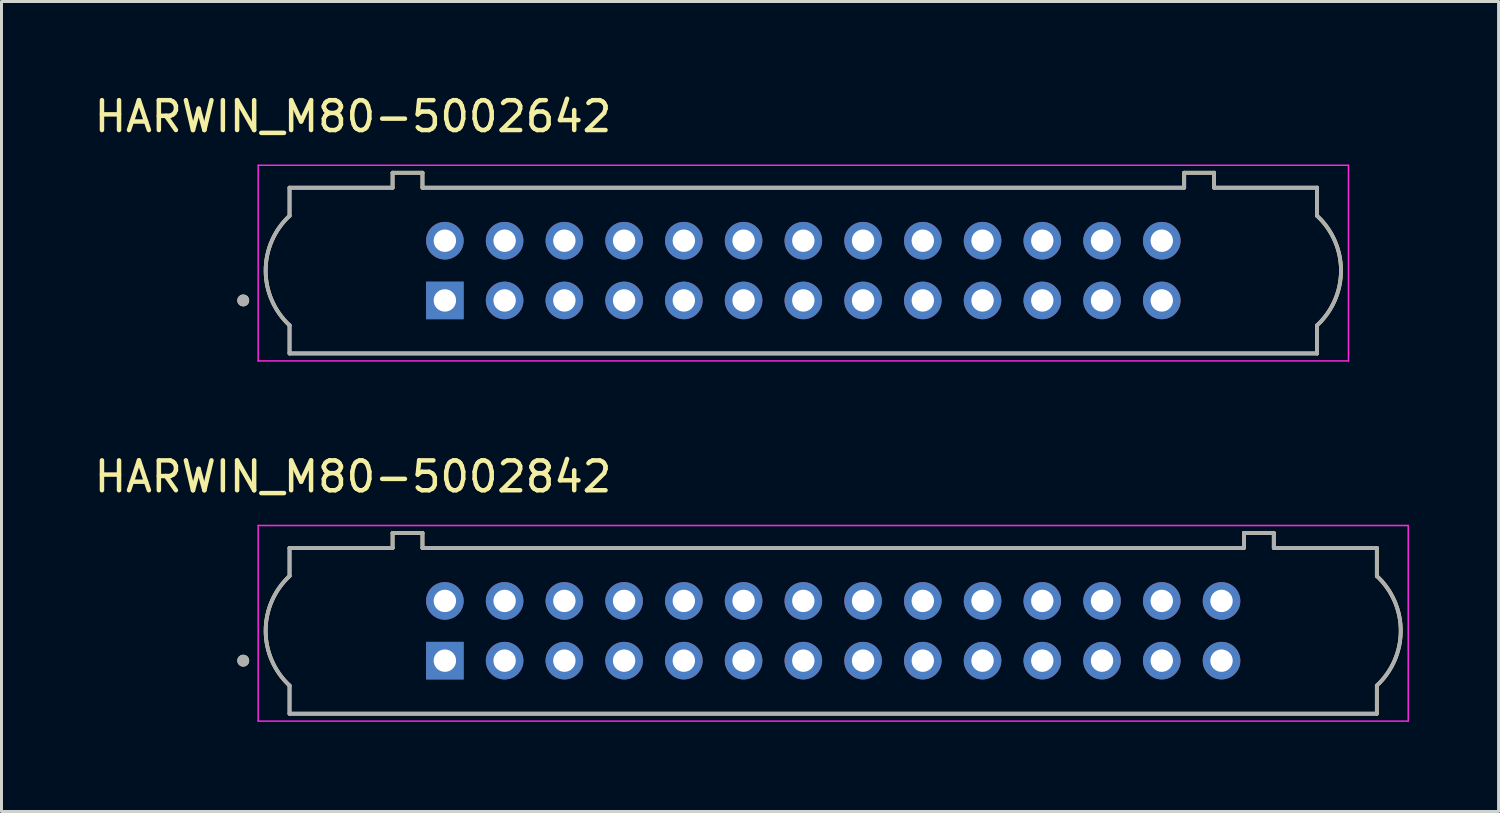
<source format=kicad_pcb>
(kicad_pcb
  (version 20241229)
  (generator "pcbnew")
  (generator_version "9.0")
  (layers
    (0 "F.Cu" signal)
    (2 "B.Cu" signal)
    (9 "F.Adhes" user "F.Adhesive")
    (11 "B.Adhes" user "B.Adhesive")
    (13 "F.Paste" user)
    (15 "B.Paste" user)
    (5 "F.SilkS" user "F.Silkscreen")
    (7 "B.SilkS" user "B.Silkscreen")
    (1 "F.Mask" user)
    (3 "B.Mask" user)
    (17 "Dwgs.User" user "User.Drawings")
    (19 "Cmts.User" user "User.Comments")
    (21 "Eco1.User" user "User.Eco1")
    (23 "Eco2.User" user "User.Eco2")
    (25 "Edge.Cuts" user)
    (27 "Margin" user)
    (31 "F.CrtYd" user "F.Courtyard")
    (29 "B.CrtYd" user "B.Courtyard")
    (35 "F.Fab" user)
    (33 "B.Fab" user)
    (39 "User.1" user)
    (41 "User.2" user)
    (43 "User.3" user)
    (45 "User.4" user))
  (footprint "HARWIN_M80-5002842"
    (layer "F.Cu")
    (at 24.843 18.067)
    (property "Reference" "HARWIN_M80-5002842" (at -16.075 -5.16 0) (layer "F.SilkS") (effects (font (size 1 1) (thickness 0.15))))
    (attr through_hole)
    (fp_line (start -18.2 -2.775) (end -14.75 -2.775) (stroke (width 0.127) (type solid)) (layer "F.SilkS"))
    (fp_line (start -18.2 -1.833) (end -18.2 -2.775) (stroke (width 0.127) (type solid)) (layer "F.SilkS"))
    (fp_line (start -18.2 2.775) (end -18.2 1.833) (stroke (width 0.127) (type solid)) (layer "F.SilkS"))
    (fp_line (start -14.75 -3.275) (end -13.75 -3.275) (stroke (width 0.127) (type solid)) (layer "F.SilkS"))
    (fp_line (start -14.75 -2.775) (end -14.75 -3.275) (stroke (width 0.127) (type solid)) (layer "F.SilkS"))
    (fp_line (start -13.75 -3.275) (end -13.75 -2.775) (stroke (width 0.127) (type solid)) (layer "F.SilkS"))
    (fp_line (start -13.75 -2.775) (end 13.75 -2.775) (stroke (width 0.127) (type solid)) (layer "F.SilkS"))
    (fp_line (start 13.75 -3.275) (end 14.75 -3.275) (stroke (width 0.127) (type solid)) (layer "F.SilkS"))
    (fp_line (start 13.75 -2.775) (end 13.75 -3.275) (stroke (width 0.127) (type solid)) (layer "F.SilkS"))
    (fp_line (start 14.75 -3.275) (end 14.75 -2.775) (stroke (width 0.127) (type solid)) (layer "F.SilkS"))
    (fp_line (start 14.75 -2.775) (end 18.2 -2.775) (stroke (width 0.127) (type solid)) (layer "F.SilkS"))
    (fp_line (start 18.2 -2.775) (end 18.2 -1.833) (stroke (width 0.127) (type solid)) (layer "F.SilkS"))
    (fp_line (start 18.2 1.833) (end 18.2 2.775) (stroke (width 0.127) (type solid)) (layer "F.SilkS"))
    (fp_line (start 18.2 2.775) (end -18.2 2.775) (stroke (width 0.127) (type solid)) (layer "F.SilkS"))
    (fp_arc (start -18.2 1.83303) (mid -18.999974 0) (end -18.200001 -1.83303) (stroke (width 0.127) (type solid)) (layer "F.SilkS"))
    (fp_arc (start 18.2 -1.83303) (mid 18.999974 0) (end 18.200001 1.83303) (stroke (width 0.127) (type solid)) (layer "F.SilkS"))
    (fp_circle (center -19.75 1) (end -19.65 1) (stroke (width 0.2) (type solid)) (fill no) (layer "F.SilkS"))
    (fp_line (start -19.25 -3.525) (end -19.25 3.025) (stroke (width 0.05) (type solid)) (layer "F.CrtYd"))
    (fp_line (start -19.25 3.025) (end 19.25 3.025) (stroke (width 0.05) (type solid)) (layer "F.CrtYd"))
    (fp_line (start 19.25 -3.525) (end -19.25 -3.525) (stroke (width 0.05) (type solid)) (layer "F.CrtYd"))
    (fp_line (start 19.25 3.025) (end 19.25 -3.525) (stroke (width 0.05) (type solid)) (layer "F.CrtYd"))
    (fp_line (start -18.2 -2.775) (end -14.75 -2.775) (stroke (width 0.127) (type solid)) (layer "F.Fab"))
    (fp_line (start -18.2 -1.833) (end -18.2 -2.775) (stroke (width 0.127) (type solid)) (layer "F.Fab"))
    (fp_line (start -18.2 2.775) (end -18.2 1.833) (stroke (width 0.127) (type solid)) (layer "F.Fab"))
    (fp_line (start -14.75 -3.275) (end -13.75 -3.275) (stroke (width 0.127) (type solid)) (layer "F.Fab"))
    (fp_line (start -14.75 -2.775) (end -14.75 -3.275) (stroke (width 0.127) (type solid)) (layer "F.Fab"))
    (fp_line (start -13.75 -3.275) (end -13.75 -2.775) (stroke (width 0.127) (type solid)) (layer "F.Fab"))
    (fp_line (start -13.75 -2.775) (end 13.75 -2.775) (stroke (width 0.127) (type solid)) (layer "F.Fab"))
    (fp_line (start 13.75 -3.275) (end 14.75 -3.275) (stroke (width 0.127) (type solid)) (layer "F.Fab"))
    (fp_line (start 13.75 -2.775) (end 13.75 -3.275) (stroke (width 0.127) (type solid)) (layer "F.Fab"))
    (fp_line (start 14.75 -3.275) (end 14.75 -2.775) (stroke (width 0.127) (type solid)) (layer "F.Fab"))
    (fp_line (start 14.75 -2.775) (end 18.2 -2.775) (stroke (width 0.127) (type solid)) (layer "F.Fab"))
    (fp_line (start 18.2 -2.775) (end 18.2 -1.833) (stroke (width 0.127) (type solid)) (layer "F.Fab"))
    (fp_line (start 18.2 1.833) (end 18.2 2.775) (stroke (width 0.127) (type solid)) (layer "F.Fab"))
    (fp_line (start 18.2 2.775) (end -18.2 2.775) (stroke (width 0.127) (type solid)) (layer "F.Fab"))
    (fp_arc (start -18.2 1.83303) (mid -18.999974 0) (end -18.200001 -1.83303) (stroke (width 0.127) (type solid)) (layer "F.Fab"))
    (fp_arc (start 18.2 -1.83303) (mid 18.999974 0) (end 18.200001 1.83303) (stroke (width 0.127) (type solid)) (layer "F.Fab"))
    (fp_circle (center -19.75 1) (end -19.65 1) (stroke (width 0.2) (type solid)) (fill no) (layer "F.Fab"))
    (pad "1" thru_hole rect (at -13 1) (size 1.258 1.258) (drill 0.75) (layers "*.Cu" "*.Mask"))
    (pad "2" thru_hole circle (at -11 1) (size 1.258 1.258) (drill 0.75) (layers "*.Cu" "*.Mask"))
    (pad "3" thru_hole circle (at -9 1) (size 1.258 1.258) (drill 0.75) (layers "*.Cu" "*.Mask"))
    (pad "4" thru_hole circle (at -7 1) (size 1.258 1.258) (drill 0.75) (layers "*.Cu" "*.Mask"))
    (pad "5" thru_hole circle (at -5 1) (size 1.258 1.258) (drill 0.75) (layers "*.Cu" "*.Mask"))
    (pad "6" thru_hole circle (at -3 1) (size 1.258 1.258) (drill 0.75) (layers "*.Cu" "*.Mask"))
    (pad "7" thru_hole circle (at -1 1) (size 1.258 1.258) (drill 0.75) (layers "*.Cu" "*.Mask"))
    (pad "8" thru_hole circle (at 1 1) (size 1.258 1.258) (drill 0.75) (layers "*.Cu" "*.Mask"))
    (pad "9" thru_hole circle (at 3 1) (size 1.258 1.258) (drill 0.75) (layers "*.Cu" "*.Mask"))
    (pad "10" thru_hole circle (at 5 1) (size 1.258 1.258) (drill 0.75) (layers "*.Cu" "*.Mask"))
    (pad "11" thru_hole circle (at 7 1) (size 1.258 1.258) (drill 0.75) (layers "*.Cu" "*.Mask"))
    (pad "12" thru_hole circle (at 9 1) (size 1.258 1.258) (drill 0.75) (layers "*.Cu" "*.Mask"))
    (pad "13" thru_hole circle (at 11 1) (size 1.258 1.258) (drill 0.75) (layers "*.Cu" "*.Mask"))
    (pad "14" thru_hole circle (at 13 1) (size 1.258 1.258) (drill 0.75) (layers "*.Cu" "*.Mask"))
    (pad "15" thru_hole circle (at -13 -1) (size 1.258 1.258) (drill 0.75) (layers "*.Cu" "*.Mask"))
    (pad "16" thru_hole circle (at -11 -1) (size 1.258 1.258) (drill 0.75) (layers "*.Cu" "*.Mask"))
    (pad "17" thru_hole circle (at -9 -1) (size 1.258 1.258) (drill 0.75) (layers "*.Cu" "*.Mask"))
    (pad "18" thru_hole circle (at -7 -1) (size 1.258 1.258) (drill 0.75) (layers "*.Cu" "*.Mask"))
    (pad "19" thru_hole circle (at -5 -1) (size 1.258 1.258) (drill 0.75) (layers "*.Cu" "*.Mask"))
    (pad "20" thru_hole circle (at -3 -1) (size 1.258 1.258) (drill 0.75) (layers "*.Cu" "*.Mask"))
    (pad "21" thru_hole circle (at -1 -1) (size 1.258 1.258) (drill 0.75) (layers "*.Cu" "*.Mask"))
    (pad "22" thru_hole circle (at 1 -1) (size 1.258 1.258) (drill 0.75) (layers "*.Cu" "*.Mask"))
    (pad "23" thru_hole circle (at 3 -1) (size 1.258 1.258) (drill 0.75) (layers "*.Cu" "*.Mask"))
    (pad "24" thru_hole circle (at 5 -1) (size 1.258 1.258) (drill 0.75) (layers "*.Cu" "*.Mask"))
    (pad "25" thru_hole circle (at 7 -1) (size 1.258 1.258) (drill 0.75) (layers "*.Cu" "*.Mask"))
    (pad "26" thru_hole circle (at 9 -1) (size 1.258 1.258) (drill 0.75) (layers "*.Cu" "*.Mask"))
    (pad "27" thru_hole circle (at 11 -1) (size 1.258 1.258) (drill 0.75) (layers "*.Cu" "*.Mask"))
    (pad "28" thru_hole circle (at 13 -1) (size 1.258 1.258) (drill 0.75) (layers "*.Cu" "*.Mask")))
  (footprint "HARWIN_M80-5002642"
    (layer "F.Cu")
    (at 23.843 6.008)
    (property "Reference" "HARWIN_M80-5002642" (at -15.075 -5.16 0) (layer "F.SilkS") (effects (font (size 1 1) (thickness 0.15))))
    (attr through_hole)
    (fp_line (start -17.2 -2.775) (end -13.75 -2.775) (stroke (width 0.127) (type solid)) (layer "F.SilkS"))
    (fp_line (start -17.2 -1.833) (end -17.2 -2.775) (stroke (width 0.127) (type solid)) (layer "F.SilkS"))
    (fp_line (start -17.2 2.775) (end -17.2 1.833) (stroke (width 0.127) (type solid)) (layer "F.SilkS"))
    (fp_line (start -13.75 -3.275) (end -12.75 -3.275) (stroke (width 0.127) (type solid)) (layer "F.SilkS"))
    (fp_line (start -13.75 -2.775) (end -13.75 -3.275) (stroke (width 0.127) (type solid)) (layer "F.SilkS"))
    (fp_line (start -12.75 -3.275) (end -12.75 -2.775) (stroke (width 0.127) (type solid)) (layer "F.SilkS"))
    (fp_line (start -12.75 -2.775) (end 12.75 -2.775) (stroke (width 0.127) (type solid)) (layer "F.SilkS"))
    (fp_line (start 12.75 -3.275) (end 13.75 -3.275) (stroke (width 0.127) (type solid)) (layer "F.SilkS"))
    (fp_line (start 12.75 -2.775) (end 12.75 -3.275) (stroke (width 0.127) (type solid)) (layer "F.SilkS"))
    (fp_line (start 13.75 -3.275) (end 13.75 -2.775) (stroke (width 0.127) (type solid)) (layer "F.SilkS"))
    (fp_line (start 13.75 -2.775) (end 17.2 -2.775) (stroke (width 0.127) (type solid)) (layer "F.SilkS"))
    (fp_line (start 17.2 -2.775) (end 17.2 -1.833) (stroke (width 0.127) (type solid)) (layer "F.SilkS"))
    (fp_line (start 17.2 1.833) (end 17.2 2.775) (stroke (width 0.127) (type solid)) (layer "F.SilkS"))
    (fp_line (start 17.2 2.775) (end -17.2 2.775) (stroke (width 0.127) (type solid)) (layer "F.SilkS"))
    (fp_arc (start -17.2 1.83303) (mid -17.999974 0) (end -17.200001 -1.83303) (stroke (width 0.127) (type solid)) (layer "F.SilkS"))
    (fp_arc (start 17.2 -1.83303) (mid 17.999974 0) (end 17.200001 1.83303) (stroke (width 0.127) (type solid)) (layer "F.SilkS"))
    (fp_circle (center -18.75 1) (end -18.65 1) (stroke (width 0.2) (type solid)) (fill no) (layer "F.SilkS"))
    (fp_line (start -18.25 -3.525) (end -18.25 3.025) (stroke (width 0.05) (type solid)) (layer "F.CrtYd"))
    (fp_line (start -18.25 3.025) (end 18.25 3.025) (stroke (width 0.05) (type solid)) (layer "F.CrtYd"))
    (fp_line (start 18.25 -3.525) (end -18.25 -3.525) (stroke (width 0.05) (type solid)) (layer "F.CrtYd"))
    (fp_line (start 18.25 3.025) (end 18.25 -3.525) (stroke (width 0.05) (type solid)) (layer "F.CrtYd"))
    (fp_line (start -17.2 -2.775) (end -13.75 -2.775) (stroke (width 0.127) (type solid)) (layer "F.Fab"))
    (fp_line (start -17.2 -1.833) (end -17.2 -2.775) (stroke (width 0.127) (type solid)) (layer "F.Fab"))
    (fp_line (start -17.2 2.775) (end -17.2 1.833) (stroke (width 0.127) (type solid)) (layer "F.Fab"))
    (fp_line (start -13.75 -3.275) (end -12.75 -3.275) (stroke (width 0.127) (type solid)) (layer "F.Fab"))
    (fp_line (start -13.75 -2.775) (end -13.75 -3.275) (stroke (width 0.127) (type solid)) (layer "F.Fab"))
    (fp_line (start -12.75 -3.275) (end -12.75 -2.775) (stroke (width 0.127) (type solid)) (layer "F.Fab"))
    (fp_line (start -12.75 -2.775) (end 12.75 -2.775) (stroke (width 0.127) (type solid)) (layer "F.Fab"))
    (fp_line (start 12.75 -3.275) (end 13.75 -3.275) (stroke (width 0.127) (type solid)) (layer "F.Fab"))
    (fp_line (start 12.75 -2.775) (end 12.75 -3.275) (stroke (width 0.127) (type solid)) (layer "F.Fab"))
    (fp_line (start 13.75 -3.275) (end 13.75 -2.775) (stroke (width 0.127) (type solid)) (layer "F.Fab"))
    (fp_line (start 13.75 -2.775) (end 17.2 -2.775) (stroke (width 0.127) (type solid)) (layer "F.Fab"))
    (fp_line (start 17.2 -2.775) (end 17.2 -1.833) (stroke (width 0.127) (type solid)) (layer "F.Fab"))
    (fp_line (start 17.2 1.833) (end 17.2 2.775) (stroke (width 0.127) (type solid)) (layer "F.Fab"))
    (fp_line (start 17.2 2.775) (end -17.2 2.775) (stroke (width 0.127) (type solid)) (layer "F.Fab"))
    (fp_arc (start -17.2 1.83303) (mid -17.999974 0) (end -17.200001 -1.83303) (stroke (width 0.127) (type solid)) (layer "F.Fab"))
    (fp_arc (start 17.2 -1.83303) (mid 17.999974 0) (end 17.200001 1.83303) (stroke (width 0.127) (type solid)) (layer "F.Fab"))
    (fp_circle (center -18.75 1) (end -18.65 1) (stroke (width 0.2) (type solid)) (fill no) (layer "F.Fab"))
    (pad "1" thru_hole rect (at -12 1) (size 1.258 1.258) (drill 0.75) (layers "*.Cu" "*.Mask"))
    (pad "2" thru_hole circle (at -10 1) (size 1.258 1.258) (drill 0.75) (layers "*.Cu" "*.Mask"))
    (pad "3" thru_hole circle (at -8 1) (size 1.258 1.258) (drill 0.75) (layers "*.Cu" "*.Mask"))
    (pad "4" thru_hole circle (at -6 1) (size 1.258 1.258) (drill 0.75) (layers "*.Cu" "*.Mask"))
    (pad "5" thru_hole circle (at -4 1) (size 1.258 1.258) (drill 0.75) (layers "*.Cu" "*.Mask"))
    (pad "6" thru_hole circle (at -2 1) (size 1.258 1.258) (drill 0.75) (layers "*.Cu" "*.Mask"))
    (pad "7" thru_hole circle (at 0 1) (size 1.258 1.258) (drill 0.75) (layers "*.Cu" "*.Mask"))
    (pad "8" thru_hole circle (at 2 1) (size 1.258 1.258) (drill 0.75) (layers "*.Cu" "*.Mask"))
    (pad "9" thru_hole circle (at 4 1) (size 1.258 1.258) (drill 0.75) (layers "*.Cu" "*.Mask"))
    (pad "10" thru_hole circle (at 6 1) (size 1.258 1.258) (drill 0.75) (layers "*.Cu" "*.Mask"))
    (pad "11" thru_hole circle (at 8 1) (size 1.258 1.258) (drill 0.75) (layers "*.Cu" "*.Mask"))
    (pad "12" thru_hole circle (at 10 1) (size 1.258 1.258) (drill 0.75) (layers "*.Cu" "*.Mask"))
    (pad "13" thru_hole circle (at 12 1) (size 1.258 1.258) (drill 0.75) (layers "*.Cu" "*.Mask"))
    (pad "14" thru_hole circle (at -12 -1) (size 1.258 1.258) (drill 0.75) (layers "*.Cu" "*.Mask"))
    (pad "15" thru_hole circle (at -10 -1) (size 1.258 1.258) (drill 0.75) (layers "*.Cu" "*.Mask"))
    (pad "16" thru_hole circle (at -8 -1) (size 1.258 1.258) (drill 0.75) (layers "*.Cu" "*.Mask"))
    (pad "17" thru_hole circle (at -6 -1) (size 1.258 1.258) (drill 0.75) (layers "*.Cu" "*.Mask"))
    (pad "18" thru_hole circle (at -4 -1) (size 1.258 1.258) (drill 0.75) (layers "*.Cu" "*.Mask"))
    (pad "19" thru_hole circle (at -2 -1) (size 1.258 1.258) (drill 0.75) (layers "*.Cu" "*.Mask"))
    (pad "20" thru_hole circle (at 0 -1) (size 1.258 1.258) (drill 0.75) (layers "*.Cu" "*.Mask"))
    (pad "21" thru_hole circle (at 2 -1) (size 1.258 1.258) (drill 0.75) (layers "*.Cu" "*.Mask"))
    (pad "22" thru_hole circle (at 4 -1) (size 1.258 1.258) (drill 0.75) (layers "*.Cu" "*.Mask"))
    (pad "23" thru_hole circle (at 6 -1) (size 1.258 1.258) (drill 0.75) (layers "*.Cu" "*.Mask"))
    (pad "24" thru_hole circle (at 8 -1) (size 1.258 1.258) (drill 0.75) (layers "*.Cu" "*.Mask"))
    (pad "25" thru_hole circle (at 10 -1) (size 1.258 1.258) (drill 0.75) (layers "*.Cu" "*.Mask"))
    (pad "26" thru_hole circle (at 12 -1) (size 1.258 1.258) (drill 0.75) (layers "*.Cu" "*.Mask")))
  (gr_rect
    (start -3 -3)
    (end 47.118 24.116)
    (stroke (width 0.1) (type default))
    (fill no)
    (layer "Edge.Cuts")))
</source>
